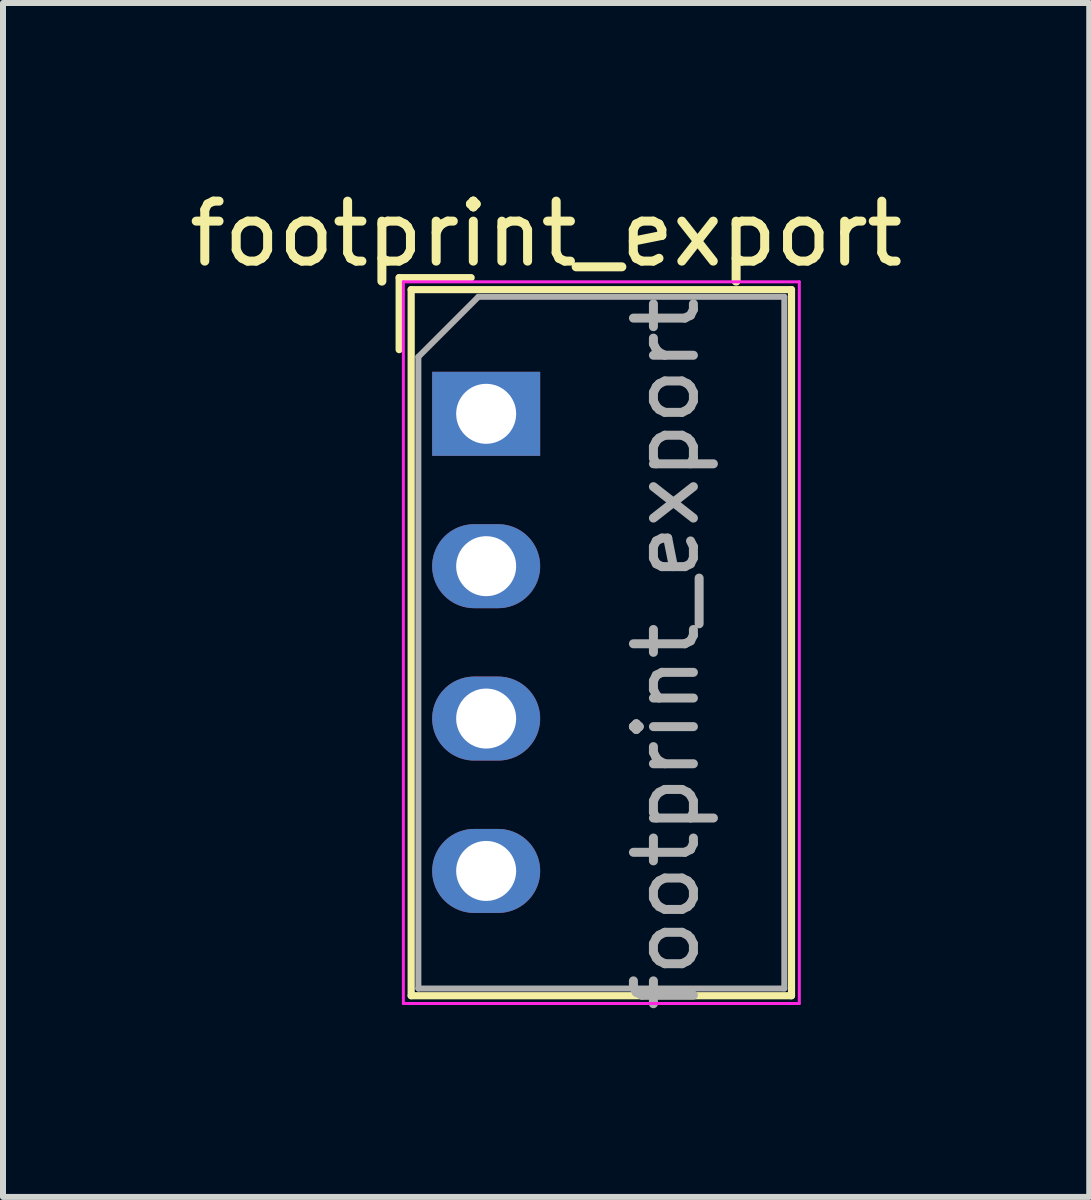
<source format=kicad_pcb>
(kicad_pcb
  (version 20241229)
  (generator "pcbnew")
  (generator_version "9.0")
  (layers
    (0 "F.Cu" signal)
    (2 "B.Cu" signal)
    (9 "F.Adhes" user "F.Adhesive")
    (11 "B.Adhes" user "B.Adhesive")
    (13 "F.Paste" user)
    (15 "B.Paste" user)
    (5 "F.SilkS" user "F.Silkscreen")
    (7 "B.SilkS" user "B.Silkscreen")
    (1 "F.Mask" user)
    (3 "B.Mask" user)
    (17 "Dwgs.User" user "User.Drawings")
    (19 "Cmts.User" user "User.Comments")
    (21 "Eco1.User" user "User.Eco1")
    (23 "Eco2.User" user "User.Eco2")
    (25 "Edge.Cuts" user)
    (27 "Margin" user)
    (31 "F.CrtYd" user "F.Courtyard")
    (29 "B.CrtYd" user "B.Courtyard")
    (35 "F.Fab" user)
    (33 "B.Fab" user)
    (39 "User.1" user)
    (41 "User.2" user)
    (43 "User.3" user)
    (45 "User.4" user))
  (footprint "footprint_export"
    (layer "F.Cu")
    (at 5.054 3.848)
    (property "Reference" "footprint_export" (at 1 -3 0) (layer "F.SilkS") (effects (font (size 1 1) (thickness 0.15))))
    (attr through_hole)
    (fp_line (start -1.45 -2.27) (end -1.45 -1.07) (stroke (width 0.12) (type solid)) (layer "F.SilkS"))
    (fp_line (start -1.25 -2.07) (end -1.25 9.7) (stroke (width 0.12) (type solid)) (layer "F.SilkS"))
    (fp_line (start -0.25 -2.27) (end -1.45 -2.27) (stroke (width 0.12) (type solid)) (layer "F.SilkS"))
    (fp_line (start 5.09 -2.07) (end -1.25 -2.07) (stroke (width 0.12) (type solid)) (layer "F.SilkS"))
    (fp_line (start 5.09 -2.07) (end 5.09 9.7) (stroke (width 0.12) (type solid)) (layer "F.SilkS"))
    (fp_line (start 5.09 9.7) (end -1.25 9.7) (stroke (width 0.12) (type solid)) (layer "F.SilkS"))
    (fp_line (start -1.38 -2.2) (end -1.38 9.83) (stroke (width 0.05) (type solid)) (layer "F.CrtYd"))
    (fp_line (start 5.22 -2.2) (end -1.38 -2.2) (stroke (width 0.05) (type solid)) (layer "F.CrtYd"))
    (fp_line (start 5.22 -2.2) (end 5.22 9.83) (stroke (width 0.05) (type solid)) (layer "F.CrtYd"))
    (fp_line (start 5.22 9.83) (end -1.38 9.83) (stroke (width 0.05) (type solid)) (layer "F.CrtYd"))
    (fp_line (start -1.13 -0.95) (end -1.13 9.58) (stroke (width 0.1) (type solid)) (layer "F.Fab"))
    (fp_line (start -1.13 9.58) (end 4.97 9.58) (stroke (width 0.1) (type solid)) (layer "F.Fab"))
    (fp_line (start -0.13 -1.95) (end -1.13 -0.95) (stroke (width 0.1) (type solid)) (layer "F.Fab"))
    (fp_line (start -0.13 -1.95) (end 4.97 -1.95) (stroke (width 0.1) (type solid)) (layer "F.Fab"))
    (fp_line (start 4.97 -1.95) (end 4.97 9.58) (stroke (width 0.1) (type solid)) (layer "F.Fab"))
    (fp_text user "${REFERENCE}" (at 3 4 90) (layer "F.Fab") (effects (font (size 1 1) (thickness 0.15))))
    (pad "1" thru_hole rect (at 0 0 270) (size 1.4 1.8) (drill 1) (layers "*.Cu" "*.Mask"))
    (pad "2" thru_hole oval (at 0 2.54 270) (size 1.4 1.8) (drill 1) (layers "*.Cu" "*.Mask"))
    (pad "3" thru_hole oval (at 0 5.08 270) (size 1.4 1.8) (drill 1) (layers "*.Cu" "*.Mask"))
    (pad "4" thru_hole oval (at 0 7.62 270) (size 1.4 1.8) (drill 1) (layers "*.Cu" "*.Mask")))
  (gr_rect
    (start -3 -3)
    (end 15.107 16.902)
    (stroke (width 0.1) (type default))
    (fill no)
    (layer "Edge.Cuts")))
</source>
